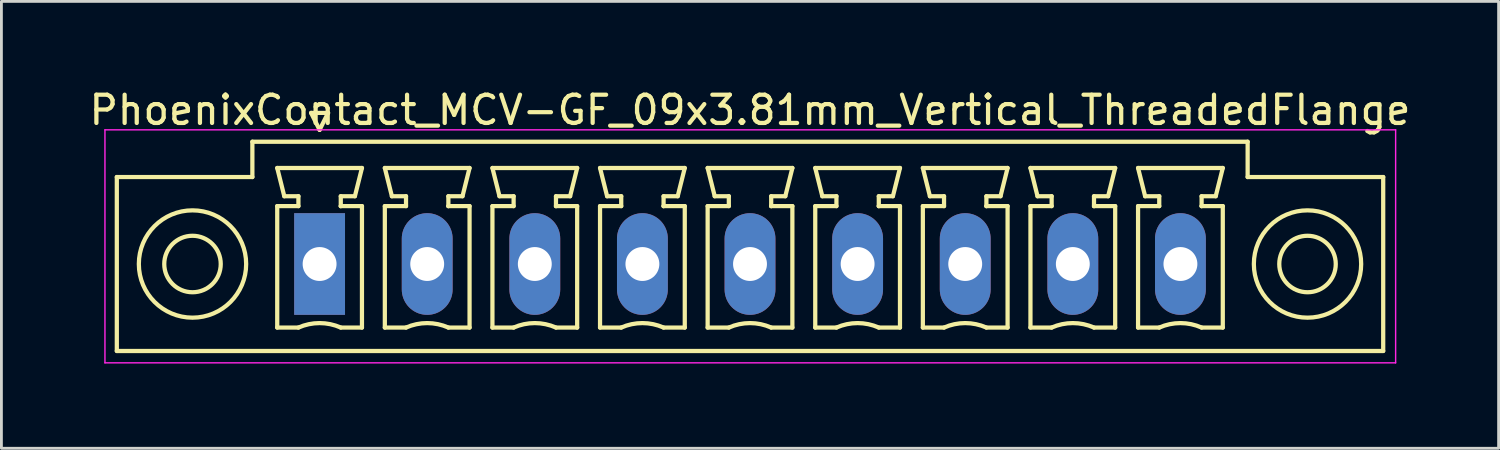
<source format=kicad_pcb>
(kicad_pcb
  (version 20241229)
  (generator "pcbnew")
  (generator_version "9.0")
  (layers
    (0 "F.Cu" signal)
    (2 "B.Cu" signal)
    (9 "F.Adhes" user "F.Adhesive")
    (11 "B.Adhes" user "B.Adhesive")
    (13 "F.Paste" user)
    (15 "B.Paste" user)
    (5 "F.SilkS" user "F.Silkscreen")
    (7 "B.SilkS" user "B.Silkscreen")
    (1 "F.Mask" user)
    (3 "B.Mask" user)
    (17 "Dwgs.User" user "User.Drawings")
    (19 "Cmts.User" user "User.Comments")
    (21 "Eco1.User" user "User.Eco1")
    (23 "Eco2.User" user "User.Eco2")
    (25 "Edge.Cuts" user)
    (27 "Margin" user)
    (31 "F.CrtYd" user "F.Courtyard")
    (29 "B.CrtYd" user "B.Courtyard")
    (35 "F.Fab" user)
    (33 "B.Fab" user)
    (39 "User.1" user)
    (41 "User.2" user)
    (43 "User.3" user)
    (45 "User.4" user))
  (footprint "PhoenixContact_MCV-GF_09x3.81mm_Vertical_ThreadedFlange"
    (layer "F.Cu")
    (at 8.266 6.298)
    (property "Reference" "PhoenixContact_MCV-GF_09x3.81mm_Vertical_ThreadedFlange" (at 15.24 -5.45 0) (layer "F.SilkS") (effects (font (size 1 1) (thickness 0.15))))
    (attr through_hole)
    (fp_line (start -7.18 -3.08) (end -7.18 3.08) (stroke (width 0.15) (type solid)) (layer "F.SilkS"))
    (fp_line (start -7.18 3.08) (end 37.66 3.08) (stroke (width 0.15) (type solid)) (layer "F.SilkS"))
    (fp_line (start -2.38 -4.33) (end -2.38 -3.08) (stroke (width 0.15) (type solid)) (layer "F.SilkS"))
    (fp_line (start -2.38 -3.08) (end -7.18 -3.08) (stroke (width 0.15) (type solid)) (layer "F.SilkS"))
    (fp_line (start -1.5 -3.4) (end 1.5 -3.4) (stroke (width 0.15) (type solid)) (layer "F.SilkS"))
    (fp_line (start -1.5 -2.05) (end -0.75 -2.05) (stroke (width 0.15) (type solid)) (layer "F.SilkS"))
    (fp_line (start -1.5 2.25) (end -1.5 -2.05) (stroke (width 0.15) (type solid)) (layer "F.SilkS"))
    (fp_line (start -1.25 -2.4) (end -1.5 -3.4) (stroke (width 0.15) (type solid)) (layer "F.SilkS"))
    (fp_line (start -0.75 -2.4) (end -1.25 -2.4) (stroke (width 0.15) (type solid)) (layer "F.SilkS"))
    (fp_line (start -0.75 -2.05) (end -0.75 -2.4) (stroke (width 0.15) (type solid)) (layer "F.SilkS"))
    (fp_line (start -0.75 2.25) (end -1.5 2.25) (stroke (width 0.15) (type solid)) (layer "F.SilkS"))
    (fp_line (start -0.3 -5.35) (end 0 -4.75) (stroke (width 0.15) (type solid)) (layer "F.SilkS"))
    (fp_line (start 0 -4.75) (end 0.3 -5.35) (stroke (width 0.15) (type solid)) (layer "F.SilkS"))
    (fp_line (start 0.3 -5.35) (end -0.3 -5.35) (stroke (width 0.15) (type solid)) (layer "F.SilkS"))
    (fp_line (start 0.75 -2.4) (end 0.75 -2.05) (stroke (width 0.15) (type solid)) (layer "F.SilkS"))
    (fp_line (start 0.75 -2.05) (end 0.75 -2.05) (stroke (width 0.15) (type solid)) (layer "F.SilkS"))
    (fp_line (start 0.75 -2.05) (end 1.5 -2.05) (stroke (width 0.15) (type solid)) (layer "F.SilkS"))
    (fp_line (start 1.25 -2.4) (end 0.75 -2.4) (stroke (width 0.15) (type solid)) (layer "F.SilkS"))
    (fp_line (start 1.5 -3.4) (end 1.25 -2.4) (stroke (width 0.15) (type solid)) (layer "F.SilkS"))
    (fp_line (start 1.5 -2.05) (end 1.5 2.25) (stroke (width 0.15) (type solid)) (layer "F.SilkS"))
    (fp_line (start 1.5 2.25) (end 0.75 2.25) (stroke (width 0.15) (type solid)) (layer "F.SilkS"))
    (fp_line (start 2.31 -3.4) (end 5.31 -3.4) (stroke (width 0.15) (type solid)) (layer "F.SilkS"))
    (fp_line (start 2.31 -2.05) (end 3.06 -2.05) (stroke (width 0.15) (type solid)) (layer "F.SilkS"))
    (fp_line (start 2.31 2.25) (end 2.31 -2.05) (stroke (width 0.15) (type solid)) (layer "F.SilkS"))
    (fp_line (start 2.56 -2.4) (end 2.31 -3.4) (stroke (width 0.15) (type solid)) (layer "F.SilkS"))
    (fp_line (start 3.06 -2.4) (end 2.56 -2.4) (stroke (width 0.15) (type solid)) (layer "F.SilkS"))
    (fp_line (start 3.06 -2.05) (end 3.06 -2.4) (stroke (width 0.15) (type solid)) (layer "F.SilkS"))
    (fp_line (start 3.06 2.25) (end 2.31 2.25) (stroke (width 0.15) (type solid)) (layer "F.SilkS"))
    (fp_line (start 4.56 -2.4) (end 4.56 -2.05) (stroke (width 0.15) (type solid)) (layer "F.SilkS"))
    (fp_line (start 4.56 -2.05) (end 4.56 -2.05) (stroke (width 0.15) (type solid)) (layer "F.SilkS"))
    (fp_line (start 4.56 -2.05) (end 5.31 -2.05) (stroke (width 0.15) (type solid)) (layer "F.SilkS"))
    (fp_line (start 5.06 -2.4) (end 4.56 -2.4) (stroke (width 0.15) (type solid)) (layer "F.SilkS"))
    (fp_line (start 5.31 -3.4) (end 5.06 -2.4) (stroke (width 0.15) (type solid)) (layer "F.SilkS"))
    (fp_line (start 5.31 -2.05) (end 5.31 2.25) (stroke (width 0.15) (type solid)) (layer "F.SilkS"))
    (fp_line (start 5.31 2.25) (end 4.56 2.25) (stroke (width 0.15) (type solid)) (layer "F.SilkS"))
    (fp_line (start 6.12 -3.4) (end 9.12 -3.4) (stroke (width 0.15) (type solid)) (layer "F.SilkS"))
    (fp_line (start 6.12 -2.05) (end 6.87 -2.05) (stroke (width 0.15) (type solid)) (layer "F.SilkS"))
    (fp_line (start 6.12 2.25) (end 6.12 -2.05) (stroke (width 0.15) (type solid)) (layer "F.SilkS"))
    (fp_line (start 6.37 -2.4) (end 6.12 -3.4) (stroke (width 0.15) (type solid)) (layer "F.SilkS"))
    (fp_line (start 6.87 -2.4) (end 6.37 -2.4) (stroke (width 0.15) (type solid)) (layer "F.SilkS"))
    (fp_line (start 6.87 -2.05) (end 6.87 -2.4) (stroke (width 0.15) (type solid)) (layer "F.SilkS"))
    (fp_line (start 6.87 2.25) (end 6.12 2.25) (stroke (width 0.15) (type solid)) (layer "F.SilkS"))
    (fp_line (start 8.37 -2.4) (end 8.37 -2.05) (stroke (width 0.15) (type solid)) (layer "F.SilkS"))
    (fp_line (start 8.37 -2.05) (end 8.37 -2.05) (stroke (width 0.15) (type solid)) (layer "F.SilkS"))
    (fp_line (start 8.37 -2.05) (end 9.12 -2.05) (stroke (width 0.15) (type solid)) (layer "F.SilkS"))
    (fp_line (start 8.87 -2.4) (end 8.37 -2.4) (stroke (width 0.15) (type solid)) (layer "F.SilkS"))
    (fp_line (start 9.12 -3.4) (end 8.87 -2.4) (stroke (width 0.15) (type solid)) (layer "F.SilkS"))
    (fp_line (start 9.12 -2.05) (end 9.12 2.25) (stroke (width 0.15) (type solid)) (layer "F.SilkS"))
    (fp_line (start 9.12 2.25) (end 8.37 2.25) (stroke (width 0.15) (type solid)) (layer "F.SilkS"))
    (fp_line (start 9.93 -3.4) (end 12.93 -3.4) (stroke (width 0.15) (type solid)) (layer "F.SilkS"))
    (fp_line (start 9.93 -2.05) (end 10.68 -2.05) (stroke (width 0.15) (type solid)) (layer "F.SilkS"))
    (fp_line (start 9.93 2.25) (end 9.93 -2.05) (stroke (width 0.15) (type solid)) (layer "F.SilkS"))
    (fp_line (start 10.18 -2.4) (end 9.93 -3.4) (stroke (width 0.15) (type solid)) (layer "F.SilkS"))
    (fp_line (start 10.68 -2.4) (end 10.18 -2.4) (stroke (width 0.15) (type solid)) (layer "F.SilkS"))
    (fp_line (start 10.68 -2.05) (end 10.68 -2.4) (stroke (width 0.15) (type solid)) (layer "F.SilkS"))
    (fp_line (start 10.68 2.25) (end 9.93 2.25) (stroke (width 0.15) (type solid)) (layer "F.SilkS"))
    (fp_line (start 12.18 -2.4) (end 12.18 -2.05) (stroke (width 0.15) (type solid)) (layer "F.SilkS"))
    (fp_line (start 12.18 -2.05) (end 12.18 -2.05) (stroke (width 0.15) (type solid)) (layer "F.SilkS"))
    (fp_line (start 12.18 -2.05) (end 12.93 -2.05) (stroke (width 0.15) (type solid)) (layer "F.SilkS"))
    (fp_line (start 12.68 -2.4) (end 12.18 -2.4) (stroke (width 0.15) (type solid)) (layer "F.SilkS"))
    (fp_line (start 12.93 -3.4) (end 12.68 -2.4) (stroke (width 0.15) (type solid)) (layer "F.SilkS"))
    (fp_line (start 12.93 -2.05) (end 12.93 2.25) (stroke (width 0.15) (type solid)) (layer "F.SilkS"))
    (fp_line (start 12.93 2.25) (end 12.18 2.25) (stroke (width 0.15) (type solid)) (layer "F.SilkS"))
    (fp_line (start 13.74 -3.4) (end 16.74 -3.4) (stroke (width 0.15) (type solid)) (layer "F.SilkS"))
    (fp_line (start 13.74 -2.05) (end 14.49 -2.05) (stroke (width 0.15) (type solid)) (layer "F.SilkS"))
    (fp_line (start 13.74 2.25) (end 13.74 -2.05) (stroke (width 0.15) (type solid)) (layer "F.SilkS"))
    (fp_line (start 13.99 -2.4) (end 13.74 -3.4) (stroke (width 0.15) (type solid)) (layer "F.SilkS"))
    (fp_line (start 14.49 -2.4) (end 13.99 -2.4) (stroke (width 0.15) (type solid)) (layer "F.SilkS"))
    (fp_line (start 14.49 -2.05) (end 14.49 -2.4) (stroke (width 0.15) (type solid)) (layer "F.SilkS"))
    (fp_line (start 14.49 2.25) (end 13.74 2.25) (stroke (width 0.15) (type solid)) (layer "F.SilkS"))
    (fp_line (start 15.99 -2.4) (end 15.99 -2.05) (stroke (width 0.15) (type solid)) (layer "F.SilkS"))
    (fp_line (start 15.99 -2.05) (end 15.99 -2.05) (stroke (width 0.15) (type solid)) (layer "F.SilkS"))
    (fp_line (start 15.99 -2.05) (end 16.74 -2.05) (stroke (width 0.15) (type solid)) (layer "F.SilkS"))
    (fp_line (start 16.49 -2.4) (end 15.99 -2.4) (stroke (width 0.15) (type solid)) (layer "F.SilkS"))
    (fp_line (start 16.74 -3.4) (end 16.49 -2.4) (stroke (width 0.15) (type solid)) (layer "F.SilkS"))
    (fp_line (start 16.74 -2.05) (end 16.74 2.25) (stroke (width 0.15) (type solid)) (layer "F.SilkS"))
    (fp_line (start 16.74 2.25) (end 15.99 2.25) (stroke (width 0.15) (type solid)) (layer "F.SilkS"))
    (fp_line (start 17.55 -3.4) (end 20.55 -3.4) (stroke (width 0.15) (type solid)) (layer "F.SilkS"))
    (fp_line (start 17.55 -2.05) (end 18.3 -2.05) (stroke (width 0.15) (type solid)) (layer "F.SilkS"))
    (fp_line (start 17.55 2.25) (end 17.55 -2.05) (stroke (width 0.15) (type solid)) (layer "F.SilkS"))
    (fp_line (start 17.8 -2.4) (end 17.55 -3.4) (stroke (width 0.15) (type solid)) (layer "F.SilkS"))
    (fp_line (start 18.3 -2.4) (end 17.8 -2.4) (stroke (width 0.15) (type solid)) (layer "F.SilkS"))
    (fp_line (start 18.3 -2.05) (end 18.3 -2.4) (stroke (width 0.15) (type solid)) (layer "F.SilkS"))
    (fp_line (start 18.3 2.25) (end 17.55 2.25) (stroke (width 0.15) (type solid)) (layer "F.SilkS"))
    (fp_line (start 19.8 -2.4) (end 19.8 -2.05) (stroke (width 0.15) (type solid)) (layer "F.SilkS"))
    (fp_line (start 19.8 -2.05) (end 19.8 -2.05) (stroke (width 0.15) (type solid)) (layer "F.SilkS"))
    (fp_line (start 19.8 -2.05) (end 20.55 -2.05) (stroke (width 0.15) (type solid)) (layer "F.SilkS"))
    (fp_line (start 20.3 -2.4) (end 19.8 -2.4) (stroke (width 0.15) (type solid)) (layer "F.SilkS"))
    (fp_line (start 20.55 -3.4) (end 20.3 -2.4) (stroke (width 0.15) (type solid)) (layer "F.SilkS"))
    (fp_line (start 20.55 -2.05) (end 20.55 2.25) (stroke (width 0.15) (type solid)) (layer "F.SilkS"))
    (fp_line (start 20.55 2.25) (end 19.8 2.25) (stroke (width 0.15) (type solid)) (layer "F.SilkS"))
    (fp_line (start 21.36 -3.4) (end 24.36 -3.4) (stroke (width 0.15) (type solid)) (layer "F.SilkS"))
    (fp_line (start 21.36 -2.05) (end 22.11 -2.05) (stroke (width 0.15) (type solid)) (layer "F.SilkS"))
    (fp_line (start 21.36 2.25) (end 21.36 -2.05) (stroke (width 0.15) (type solid)) (layer "F.SilkS"))
    (fp_line (start 21.61 -2.4) (end 21.36 -3.4) (stroke (width 0.15) (type solid)) (layer "F.SilkS"))
    (fp_line (start 22.11 -2.4) (end 21.61 -2.4) (stroke (width 0.15) (type solid)) (layer "F.SilkS"))
    (fp_line (start 22.11 -2.05) (end 22.11 -2.4) (stroke (width 0.15) (type solid)) (layer "F.SilkS"))
    (fp_line (start 22.11 2.25) (end 21.36 2.25) (stroke (width 0.15) (type solid)) (layer "F.SilkS"))
    (fp_line (start 23.61 -2.4) (end 23.61 -2.05) (stroke (width 0.15) (type solid)) (layer "F.SilkS"))
    (fp_line (start 23.61 -2.05) (end 23.61 -2.05) (stroke (width 0.15) (type solid)) (layer "F.SilkS"))
    (fp_line (start 23.61 -2.05) (end 24.36 -2.05) (stroke (width 0.15) (type solid)) (layer "F.SilkS"))
    (fp_line (start 24.11 -2.4) (end 23.61 -2.4) (stroke (width 0.15) (type solid)) (layer "F.SilkS"))
    (fp_line (start 24.36 -3.4) (end 24.11 -2.4) (stroke (width 0.15) (type solid)) (layer "F.SilkS"))
    (fp_line (start 24.36 -2.05) (end 24.36 2.25) (stroke (width 0.15) (type solid)) (layer "F.SilkS"))
    (fp_line (start 24.36 2.25) (end 23.61 2.25) (stroke (width 0.15) (type solid)) (layer "F.SilkS"))
    (fp_line (start 25.17 -3.4) (end 28.17 -3.4) (stroke (width 0.15) (type solid)) (layer "F.SilkS"))
    (fp_line (start 25.17 -2.05) (end 25.92 -2.05) (stroke (width 0.15) (type solid)) (layer "F.SilkS"))
    (fp_line (start 25.17 2.25) (end 25.17 -2.05) (stroke (width 0.15) (type solid)) (layer "F.SilkS"))
    (fp_line (start 25.42 -2.4) (end 25.17 -3.4) (stroke (width 0.15) (type solid)) (layer "F.SilkS"))
    (fp_line (start 25.92 -2.4) (end 25.42 -2.4) (stroke (width 0.15) (type solid)) (layer "F.SilkS"))
    (fp_line (start 25.92 -2.05) (end 25.92 -2.4) (stroke (width 0.15) (type solid)) (layer "F.SilkS"))
    (fp_line (start 25.92 2.25) (end 25.17 2.25) (stroke (width 0.15) (type solid)) (layer "F.SilkS"))
    (fp_line (start 27.42 -2.4) (end 27.42 -2.05) (stroke (width 0.15) (type solid)) (layer "F.SilkS"))
    (fp_line (start 27.42 -2.05) (end 27.42 -2.05) (stroke (width 0.15) (type solid)) (layer "F.SilkS"))
    (fp_line (start 27.42 -2.05) (end 28.17 -2.05) (stroke (width 0.15) (type solid)) (layer "F.SilkS"))
    (fp_line (start 27.92 -2.4) (end 27.42 -2.4) (stroke (width 0.15) (type solid)) (layer "F.SilkS"))
    (fp_line (start 28.17 -3.4) (end 27.92 -2.4) (stroke (width 0.15) (type solid)) (layer "F.SilkS"))
    (fp_line (start 28.17 -2.05) (end 28.17 2.25) (stroke (width 0.15) (type solid)) (layer "F.SilkS"))
    (fp_line (start 28.17 2.25) (end 27.42 2.25) (stroke (width 0.15) (type solid)) (layer "F.SilkS"))
    (fp_line (start 28.98 -3.4) (end 31.98 -3.4) (stroke (width 0.15) (type solid)) (layer "F.SilkS"))
    (fp_line (start 28.98 -2.05) (end 29.73 -2.05) (stroke (width 0.15) (type solid)) (layer "F.SilkS"))
    (fp_line (start 28.98 2.25) (end 28.98 -2.05) (stroke (width 0.15) (type solid)) (layer "F.SilkS"))
    (fp_line (start 29.23 -2.4) (end 28.98 -3.4) (stroke (width 0.15) (type solid)) (layer "F.SilkS"))
    (fp_line (start 29.73 -2.4) (end 29.23 -2.4) (stroke (width 0.15) (type solid)) (layer "F.SilkS"))
    (fp_line (start 29.73 -2.05) (end 29.73 -2.4) (stroke (width 0.15) (type solid)) (layer "F.SilkS"))
    (fp_line (start 29.73 2.25) (end 28.98 2.25) (stroke (width 0.15) (type solid)) (layer "F.SilkS"))
    (fp_line (start 31.23 -2.4) (end 31.23 -2.05) (stroke (width 0.15) (type solid)) (layer "F.SilkS"))
    (fp_line (start 31.23 -2.05) (end 31.23 -2.05) (stroke (width 0.15) (type solid)) (layer "F.SilkS"))
    (fp_line (start 31.23 -2.05) (end 31.98 -2.05) (stroke (width 0.15) (type solid)) (layer "F.SilkS"))
    (fp_line (start 31.73 -2.4) (end 31.23 -2.4) (stroke (width 0.15) (type solid)) (layer "F.SilkS"))
    (fp_line (start 31.98 -3.4) (end 31.73 -2.4) (stroke (width 0.15) (type solid)) (layer "F.SilkS"))
    (fp_line (start 31.98 -2.05) (end 31.98 2.25) (stroke (width 0.15) (type solid)) (layer "F.SilkS"))
    (fp_line (start 31.98 2.25) (end 31.23 2.25) (stroke (width 0.15) (type solid)) (layer "F.SilkS"))
    (fp_line (start 32.86 -4.33) (end -2.38 -4.33) (stroke (width 0.15) (type solid)) (layer "F.SilkS"))
    (fp_line (start 32.86 -3.08) (end 32.86 -4.33) (stroke (width 0.15) (type solid)) (layer "F.SilkS"))
    (fp_line (start 37.66 -3.08) (end 32.86 -3.08) (stroke (width 0.15) (type solid)) (layer "F.SilkS"))
    (fp_line (start 37.66 3.08) (end 37.66 -3.08) (stroke (width 0.15) (type solid)) (layer "F.SilkS"))
    (fp_arc (start -0.75 2.25) (mid -0.000193 2.09191) (end 0.749647 2.249844) (stroke (width 0.15) (type solid)) (layer "F.SilkS"))
    (fp_arc (start 3.06 2.25) (mid 3.809807 2.09191) (end 4.559647 2.249844) (stroke (width 0.15) (type solid)) (layer "F.SilkS"))
    (fp_arc (start 6.87 2.25) (mid 7.619807 2.09191) (end 8.369647 2.249844) (stroke (width 0.15) (type solid)) (layer "F.SilkS"))
    (fp_arc (start 10.68 2.25) (mid 11.429807 2.09191) (end 12.179647 2.249844) (stroke (width 0.15) (type solid)) (layer "F.SilkS"))
    (fp_arc (start 14.49 2.25) (mid 15.239807 2.09191) (end 15.989647 2.249844) (stroke (width 0.15) (type solid)) (layer "F.SilkS"))
    (fp_arc (start 18.3 2.25) (mid 19.049807 2.09191) (end 19.799647 2.249844) (stroke (width 0.15) (type solid)) (layer "F.SilkS"))
    (fp_arc (start 22.11 2.25) (mid 22.859807 2.09191) (end 23.609647 2.249844) (stroke (width 0.15) (type solid)) (layer "F.SilkS"))
    (fp_arc (start 25.92 2.25) (mid 26.669807 2.09191) (end 27.419647 2.249844) (stroke (width 0.15) (type solid)) (layer "F.SilkS"))
    (fp_arc (start 29.73 2.25) (mid 30.479807 2.09191) (end 31.229647 2.249844) (stroke (width 0.15) (type solid)) (layer "F.SilkS"))
    (fp_circle (center -4.5 0) (end -3.5 0) (stroke (width 0.15) (type solid)) (fill no) (layer "F.SilkS"))
    (fp_circle (center -4.5 0) (end -2.6 0) (stroke (width 0.15) (type solid)) (fill no) (layer "F.SilkS"))
    (fp_circle (center 34.98 0) (end 35.98 0) (stroke (width 0.15) (type solid)) (fill no) (layer "F.SilkS"))
    (fp_circle (center 34.98 0) (end 36.88 0) (stroke (width 0.15) (type solid)) (fill no) (layer "F.SilkS"))
    (fp_line (start -7.6 -4.75) (end -7.6 3.5) (stroke (width 0.05) (type solid)) (layer "F.CrtYd"))
    (fp_line (start -7.6 3.5) (end 38.1 3.5) (stroke (width 0.05) (type solid)) (layer "F.CrtYd"))
    (fp_line (start 38.1 -4.75) (end -7.6 -4.75) (stroke (width 0.05) (type solid)) (layer "F.CrtYd"))
    (fp_line (start 38.1 3.5) (end 38.1 -4.75) (stroke (width 0.05) (type solid)) (layer "F.CrtYd"))
    (pad "1" thru_hole rect (at 0 0) (size 1.8 3.6) (drill 1.2) (layers "*.Cu" "*.Mask"))
    (pad "2" thru_hole oval (at 3.81 0) (size 1.8 3.6) (drill 1.2) (layers "*.Cu" "*.Mask"))
    (pad "3" thru_hole oval (at 7.62 0) (size 1.8 3.6) (drill 1.2) (layers "*.Cu" "*.Mask"))
    (pad "4" thru_hole oval (at 11.43 0) (size 1.8 3.6) (drill 1.2) (layers "*.Cu" "*.Mask"))
    (pad "5" thru_hole oval (at 15.24 0) (size 1.8 3.6) (drill 1.2) (layers "*.Cu" "*.Mask"))
    (pad "6" thru_hole oval (at 19.05 0) (size 1.8 3.6) (drill 1.2) (layers "*.Cu" "*.Mask"))
    (pad "7" thru_hole oval (at 22.86 0) (size 1.8 3.6) (drill 1.2) (layers "*.Cu" "*.Mask"))
    (pad "8" thru_hole oval (at 26.67 0) (size 1.8 3.6) (drill 1.2) (layers "*.Cu" "*.Mask"))
    (pad "9" thru_hole oval (at 30.48 0) (size 1.8 3.6) (drill 1.2) (layers "*.Cu" "*.Mask")))
  (gr_rect
    (start -3 -3)
    (end 50.012 12.823)
    (stroke (width 0.1) (type default))
    (fill no)
    (layer "Edge.Cuts")))
</source>
